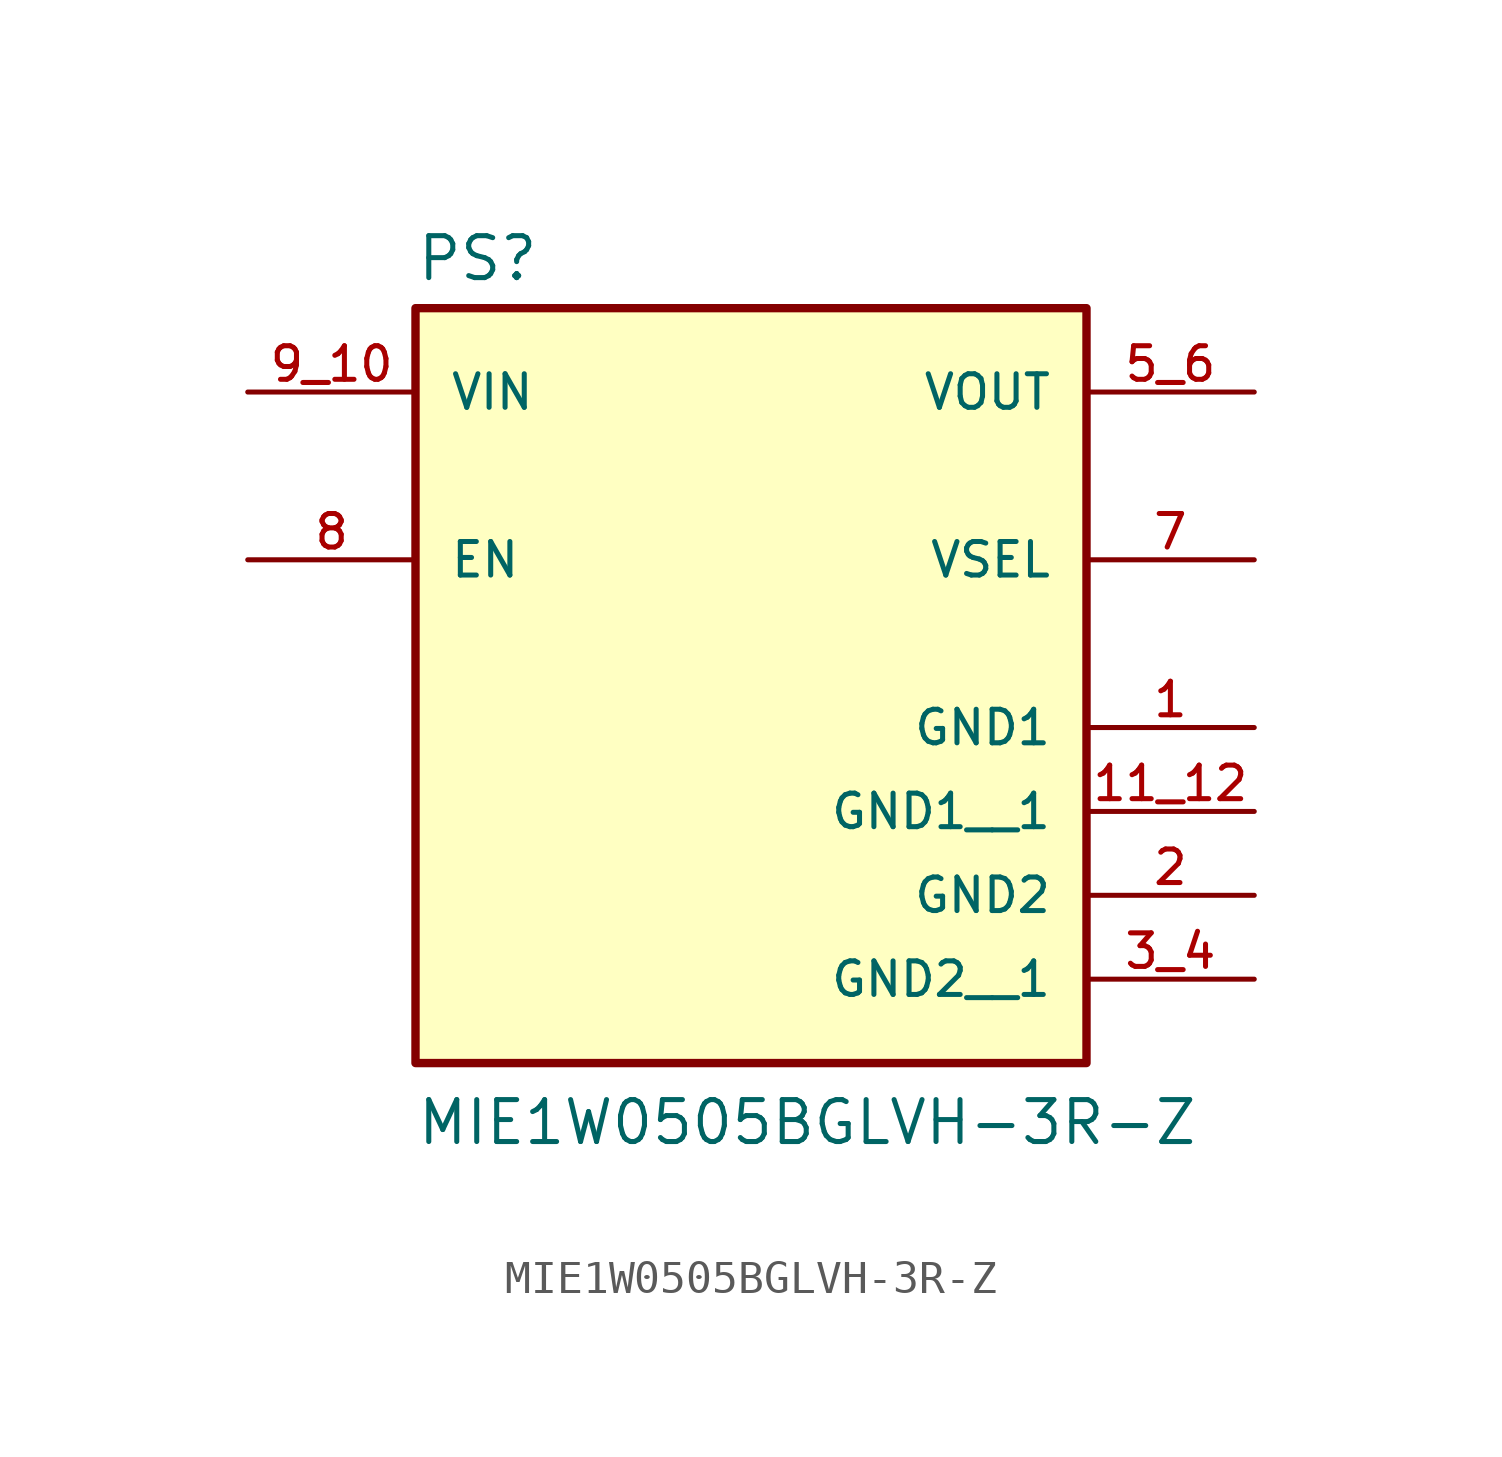
<source format=kicad_sym>
(kicad_symbol_lib
  (version 20211014)
  (generator kicad_symbol_editor)
  (symbol "MIE1W0505BGLVH-3R-Z"
    (pin_names
      (offset 1.016))
    (property "Reference" "PS"
      (at -10.16 10.922 0)
      (effects (font (size 1.27 1.27)) (justify bottom left)))
    (property "Value" "MIE1W0505BGLVH-3R-Z"
      (at -10.16 -15.24 0)
      (effects (font (size 1.27 1.27)) (justify bottom left)))
    (symbol "MIE1W0505BGLVH-3R-Z_0_0"
      (rectangle (start -10.16 -12.7) (end 10.16 10.16) (stroke (width 0.254)) (fill (type background)))
      (pin power_in line (at 15.24 -2.54 180.0) (length 5.08) (name "GND1" (effects (font (size 1.016 1.016)))) (number "1" (effects (font (size 1.016 1.016)))))
      (pin output line (at 15.24 7.62 180.0) (length 5.08) (name "VOUT" (effects (font (size 1.016 1.016)))) (number "5_6" (effects (font (size 1.016 1.016)))))
      (pin passive line (at 15.24 2.54 180.0) (length 5.08) (name "VSEL" (effects (font (size 1.016 1.016)))) (number "7" (effects (font (size 1.016 1.016)))))
      (pin input line (at -15.24 2.54 0) (length 5.08) (name "EN" (effects (font (size 1.016 1.016)))) (number "8" (effects (font (size 1.016 1.016)))))
      (pin input line (at -15.24 7.62 0) (length 5.08) (name "VIN" (effects (font (size 1.016 1.016)))) (number "9_10" (effects (font (size 1.016 1.016)))))
      (pin power_in line (at 15.24 -7.62 180.0) (length 5.08) (name "GND2" (effects (font (size 1.016 1.016)))) (number "2" (effects (font (size 1.016 1.016)))))
      (pin power_in line (at 15.24 -5.08 180.0) (length 5.08) (name "GND1__1" (effects (font (size 1.016 1.016)))) (number "11_12" (effects (font (size 1.016 1.016)))))
      (pin power_in line (at 15.24 -10.16 180.0) (length 5.08) (name "GND2__1" (effects (font (size 1.016 1.016)))) (number "3_4" (effects (font (size 1.016 1.016))))))))
</source>
